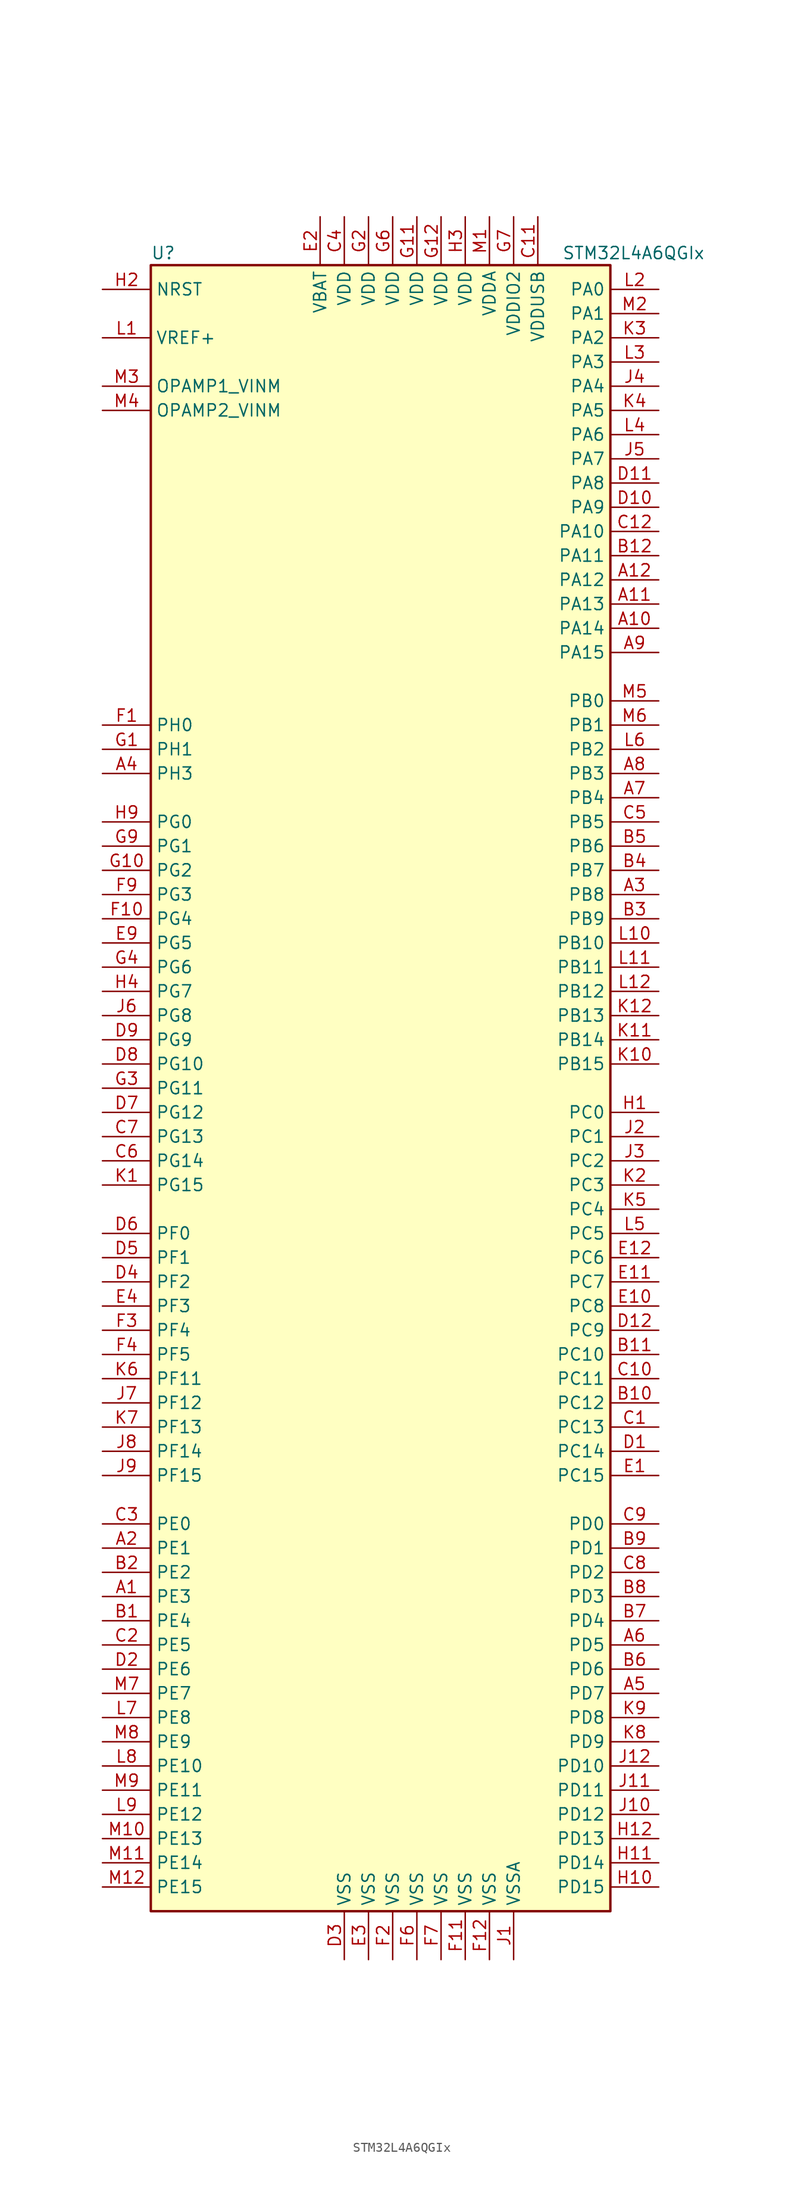
<source format=kicad_sym>
(kicad_symbol_lib
  (version 20211014)
  (generator kicad_symbol_editor)
  (symbol "STM32L4A6QGIx"
    (property "Reference" "U"
      (at -25.4 87.63 0)
      (effects (font (size 1.27 1.27)) (justify left)))
    (property "Value" "STM32L4A6QGIx"
      (at 17.78 87.63 0)
      (effects (font (size 1.27 1.27)) (justify left)))
    (symbol "STM32L4A6QGIx_0_1"
      (rectangle (start -25.4 -86.36) (end 22.86 86.36) (stroke (width 0.254) (type default) (color 0 0 0 0)) (fill (type background))))
    (symbol "STM32L4A6QGIx_1_1"
      (pin bidirectional line (at -30.48 -53.34 0) (length 5.08) (name "PE3" (effects (font (size 1.27 1.27)))) (number "A1" (effects (font (size 1.27 1.27)))))
      (pin bidirectional line (at 27.94 48.26 180) (length 5.08) (name "PA14" (effects (font (size 1.27 1.27)))) (number "A10" (effects (font (size 1.27 1.27)))))
      (pin bidirectional line (at 27.94 50.8 180) (length 5.08) (name "PA13" (effects (font (size 1.27 1.27)))) (number "A11" (effects (font (size 1.27 1.27)))))
      (pin bidirectional line (at 27.94 53.34 180) (length 5.08) (name "PA12" (effects (font (size 1.27 1.27)))) (number "A12" (effects (font (size 1.27 1.27)))))
      (pin bidirectional line (at -30.48 -48.26 0) (length 5.08) (name "PE1" (effects (font (size 1.27 1.27)))) (number "A2" (effects (font (size 1.27 1.27)))))
      (pin bidirectional line (at 27.94 20.32 180) (length 5.08) (name "PB8" (effects (font (size 1.27 1.27)))) (number "A3" (effects (font (size 1.27 1.27)))))
      (pin bidirectional line (at -30.48 33.02 0) (length 5.08) (name "PH3" (effects (font (size 1.27 1.27)))) (number "A4" (effects (font (size 1.27 1.27)))))
      (pin bidirectional line (at 27.94 -63.5 180) (length 5.08) (name "PD7" (effects (font (size 1.27 1.27)))) (number "A5" (effects (font (size 1.27 1.27)))))
      (pin bidirectional line (at 27.94 -58.42 180) (length 5.08) (name "PD5" (effects (font (size 1.27 1.27)))) (number "A6" (effects (font (size 1.27 1.27)))))
      (pin bidirectional line (at 27.94 30.48 180) (length 5.08) (name "PB4" (effects (font (size 1.27 1.27)))) (number "A7" (effects (font (size 1.27 1.27)))))
      (pin bidirectional line (at 27.94 33.02 180) (length 5.08) (name "PB3" (effects (font (size 1.27 1.27)))) (number "A8" (effects (font (size 1.27 1.27)))))
      (pin bidirectional line (at 27.94 45.72 180) (length 5.08) (name "PA15" (effects (font (size 1.27 1.27)))) (number "A9" (effects (font (size 1.27 1.27)))))
      (pin bidirectional line (at -30.48 -55.88 0) (length 5.08) (name "PE4" (effects (font (size 1.27 1.27)))) (number "B1" (effects (font (size 1.27 1.27)))))
      (pin bidirectional line (at 27.94 -33.02 180) (length 5.08) (name "PC12" (effects (font (size 1.27 1.27)))) (number "B10" (effects (font (size 1.27 1.27)))))
      (pin bidirectional line (at 27.94 -27.94 180) (length 5.08) (name "PC10" (effects (font (size 1.27 1.27)))) (number "B11" (effects (font (size 1.27 1.27)))))
      (pin bidirectional line (at 27.94 55.88 180) (length 5.08) (name "PA11" (effects (font (size 1.27 1.27)))) (number "B12" (effects (font (size 1.27 1.27)))))
      (pin bidirectional line (at -30.48 -50.8 0) (length 5.08) (name "PE2" (effects (font (size 1.27 1.27)))) (number "B2" (effects (font (size 1.27 1.27)))))
      (pin bidirectional line (at 27.94 17.78 180) (length 5.08) (name "PB9" (effects (font (size 1.27 1.27)))) (number "B3" (effects (font (size 1.27 1.27)))))
      (pin bidirectional line (at 27.94 22.86 180) (length 5.08) (name "PB7" (effects (font (size 1.27 1.27)))) (number "B4" (effects (font (size 1.27 1.27)))))
      (pin bidirectional line (at 27.94 25.4 180) (length 5.08) (name "PB6" (effects (font (size 1.27 1.27)))) (number "B5" (effects (font (size 1.27 1.27)))))
      (pin bidirectional line (at 27.94 -60.96 180) (length 5.08) (name "PD6" (effects (font (size 1.27 1.27)))) (number "B6" (effects (font (size 1.27 1.27)))))
      (pin bidirectional line (at 27.94 -55.88 180) (length 5.08) (name "PD4" (effects (font (size 1.27 1.27)))) (number "B7" (effects (font (size 1.27 1.27)))))
      (pin bidirectional line (at 27.94 -53.34 180) (length 5.08) (name "PD3" (effects (font (size 1.27 1.27)))) (number "B8" (effects (font (size 1.27 1.27)))))
      (pin bidirectional line (at 27.94 -48.26 180) (length 5.08) (name "PD1" (effects (font (size 1.27 1.27)))) (number "B9" (effects (font (size 1.27 1.27)))))
      (pin bidirectional line (at 27.94 -35.56 180) (length 5.08) (name "PC13" (effects (font (size 1.27 1.27)))) (number "C1" (effects (font (size 1.27 1.27)))))
      (pin bidirectional line (at 27.94 -30.48 180) (length 5.08) (name "PC11" (effects (font (size 1.27 1.27)))) (number "C10" (effects (font (size 1.27 1.27)))))
      (pin power_in line (at 15.24 91.44 270) (length 5.08) (name "VDDUSB" (effects (font (size 1.27 1.27)))) (number "C11" (effects (font (size 1.27 1.27)))))
      (pin bidirectional line (at 27.94 58.42 180) (length 5.08) (name "PA10" (effects (font (size 1.27 1.27)))) (number "C12" (effects (font (size 1.27 1.27)))))
      (pin bidirectional line (at -30.48 -58.42 0) (length 5.08) (name "PE5" (effects (font (size 1.27 1.27)))) (number "C2" (effects (font (size 1.27 1.27)))))
      (pin bidirectional line (at -30.48 -45.72 0) (length 5.08) (name "PE0" (effects (font (size 1.27 1.27)))) (number "C3" (effects (font (size 1.27 1.27)))))
      (pin power_in line (at -5.08 91.44 270) (length 5.08) (name "VDD" (effects (font (size 1.27 1.27)))) (number "C4" (effects (font (size 1.27 1.27)))))
      (pin bidirectional line (at 27.94 27.94 180) (length 5.08) (name "PB5" (effects (font (size 1.27 1.27)))) (number "C5" (effects (font (size 1.27 1.27)))))
      (pin bidirectional line (at -30.48 -7.62 0) (length 5.08) (name "PG14" (effects (font (size 1.27 1.27)))) (number "C6" (effects (font (size 1.27 1.27)))))
      (pin bidirectional line (at -30.48 -5.08 0) (length 5.08) (name "PG13" (effects (font (size 1.27 1.27)))) (number "C7" (effects (font (size 1.27 1.27)))))
      (pin bidirectional line (at 27.94 -50.8 180) (length 5.08) (name "PD2" (effects (font (size 1.27 1.27)))) (number "C8" (effects (font (size 1.27 1.27)))))
      (pin bidirectional line (at 27.94 -45.72 180) (length 5.08) (name "PD0" (effects (font (size 1.27 1.27)))) (number "C9" (effects (font (size 1.27 1.27)))))
      (pin bidirectional line (at 27.94 -38.1 180) (length 5.08) (name "PC14" (effects (font (size 1.27 1.27)))) (number "D1" (effects (font (size 1.27 1.27)))))
      (pin bidirectional line (at 27.94 60.96 180) (length 5.08) (name "PA9" (effects (font (size 1.27 1.27)))) (number "D10" (effects (font (size 1.27 1.27)))))
      (pin bidirectional line (at 27.94 63.5 180) (length 5.08) (name "PA8" (effects (font (size 1.27 1.27)))) (number "D11" (effects (font (size 1.27 1.27)))))
      (pin bidirectional line (at 27.94 -25.4 180) (length 5.08) (name "PC9" (effects (font (size 1.27 1.27)))) (number "D12" (effects (font (size 1.27 1.27)))))
      (pin bidirectional line (at -30.48 -60.96 0) (length 5.08) (name "PE6" (effects (font (size 1.27 1.27)))) (number "D2" (effects (font (size 1.27 1.27)))))
      (pin power_in line (at -5.08 -91.44 90) (length 5.08) (name "VSS" (effects (font (size 1.27 1.27)))) (number "D3" (effects (font (size 1.27 1.27)))))
      (pin bidirectional line (at -30.48 -20.32 0) (length 5.08) (name "PF2" (effects (font (size 1.27 1.27)))) (number "D4" (effects (font (size 1.27 1.27)))))
      (pin bidirectional line (at -30.48 -17.78 0) (length 5.08) (name "PF1" (effects (font (size 1.27 1.27)))) (number "D5" (effects (font (size 1.27 1.27)))))
      (pin bidirectional line (at -30.48 -15.24 0) (length 5.08) (name "PF0" (effects (font (size 1.27 1.27)))) (number "D6" (effects (font (size 1.27 1.27)))))
      (pin bidirectional line (at -30.48 -2.54 0) (length 5.08) (name "PG12" (effects (font (size 1.27 1.27)))) (number "D7" (effects (font (size 1.27 1.27)))))
      (pin bidirectional line (at -30.48 2.54 0) (length 5.08) (name "PG10" (effects (font (size 1.27 1.27)))) (number "D8" (effects (font (size 1.27 1.27)))))
      (pin bidirectional line (at -30.48 5.08 0) (length 5.08) (name "PG9" (effects (font (size 1.27 1.27)))) (number "D9" (effects (font (size 1.27 1.27)))))
      (pin bidirectional line (at 27.94 -40.64 180) (length 5.08) (name "PC15" (effects (font (size 1.27 1.27)))) (number "E1" (effects (font (size 1.27 1.27)))))
      (pin bidirectional line (at 27.94 -22.86 180) (length 5.08) (name "PC8" (effects (font (size 1.27 1.27)))) (number "E10" (effects (font (size 1.27 1.27)))))
      (pin bidirectional line (at 27.94 -20.32 180) (length 5.08) (name "PC7" (effects (font (size 1.27 1.27)))) (number "E11" (effects (font (size 1.27 1.27)))))
      (pin bidirectional line (at 27.94 -17.78 180) (length 5.08) (name "PC6" (effects (font (size 1.27 1.27)))) (number "E12" (effects (font (size 1.27 1.27)))))
      (pin power_in line (at -7.62 91.44 270) (length 5.08) (name "VBAT" (effects (font (size 1.27 1.27)))) (number "E2" (effects (font (size 1.27 1.27)))))
      (pin power_in line (at -2.54 -91.44 90) (length 5.08) (name "VSS" (effects (font (size 1.27 1.27)))) (number "E3" (effects (font (size 1.27 1.27)))))
      (pin bidirectional line (at -30.48 -22.86 0) (length 5.08) (name "PF3" (effects (font (size 1.27 1.27)))) (number "E4" (effects (font (size 1.27 1.27)))))
      (pin bidirectional line (at -30.48 15.24 0) (length 5.08) (name "PG5" (effects (font (size 1.27 1.27)))) (number "E9" (effects (font (size 1.27 1.27)))))
      (pin input line (at -30.48 38.1 0) (length 5.08) (name "PH0" (effects (font (size 1.27 1.27)))) (number "F1" (effects (font (size 1.27 1.27)))))
      (pin bidirectional line (at -30.48 17.78 0) (length 5.08) (name "PG4" (effects (font (size 1.27 1.27)))) (number "F10" (effects (font (size 1.27 1.27)))))
      (pin power_in line (at 7.62 -91.44 90) (length 5.08) (name "VSS" (effects (font (size 1.27 1.27)))) (number "F11" (effects (font (size 1.27 1.27)))))
      (pin power_in line (at 10.16 -91.44 90) (length 5.08) (name "VSS" (effects (font (size 1.27 1.27)))) (number "F12" (effects (font (size 1.27 1.27)))))
      (pin power_in line (at 0 -91.44 90) (length 5.08) (name "VSS" (effects (font (size 1.27 1.27)))) (number "F2" (effects (font (size 1.27 1.27)))))
      (pin bidirectional line (at -30.48 -25.4 0) (length 5.08) (name "PF4" (effects (font (size 1.27 1.27)))) (number "F3" (effects (font (size 1.27 1.27)))))
      (pin bidirectional line (at -30.48 -27.94 0) (length 5.08) (name "PF5" (effects (font (size 1.27 1.27)))) (number "F4" (effects (font (size 1.27 1.27)))))
      (pin power_in line (at 2.54 -91.44 90) (length 5.08) (name "VSS" (effects (font (size 1.27 1.27)))) (number "F6" (effects (font (size 1.27 1.27)))))
      (pin power_in line (at 5.08 -91.44 90) (length 5.08) (name "VSS" (effects (font (size 1.27 1.27)))) (number "F7" (effects (font (size 1.27 1.27)))))
      (pin bidirectional line (at -30.48 20.32 0) (length 5.08) (name "PG3" (effects (font (size 1.27 1.27)))) (number "F9" (effects (font (size 1.27 1.27)))))
      (pin input line (at -30.48 35.56 0) (length 5.08) (name "PH1" (effects (font (size 1.27 1.27)))) (number "G1" (effects (font (size 1.27 1.27)))))
      (pin bidirectional line (at -30.48 22.86 0) (length 5.08) (name "PG2" (effects (font (size 1.27 1.27)))) (number "G10" (effects (font (size 1.27 1.27)))))
      (pin power_in line (at 2.54 91.44 270) (length 5.08) (name "VDD" (effects (font (size 1.27 1.27)))) (number "G11" (effects (font (size 1.27 1.27)))))
      (pin power_in line (at 5.08 91.44 270) (length 5.08) (name "VDD" (effects (font (size 1.27 1.27)))) (number "G12" (effects (font (size 1.27 1.27)))))
      (pin power_in line (at -2.54 91.44 270) (length 5.08) (name "VDD" (effects (font (size 1.27 1.27)))) (number "G2" (effects (font (size 1.27 1.27)))))
      (pin bidirectional line (at -30.48 0 0) (length 5.08) (name "PG11" (effects (font (size 1.27 1.27)))) (number "G3" (effects (font (size 1.27 1.27)))))
      (pin bidirectional line (at -30.48 12.7 0) (length 5.08) (name "PG6" (effects (font (size 1.27 1.27)))) (number "G4" (effects (font (size 1.27 1.27)))))
      (pin power_in line (at 0 91.44 270) (length 5.08) (name "VDD" (effects (font (size 1.27 1.27)))) (number "G6" (effects (font (size 1.27 1.27)))))
      (pin power_in line (at 12.7 91.44 270) (length 5.08) (name "VDDIO2" (effects (font (size 1.27 1.27)))) (number "G7" (effects (font (size 1.27 1.27)))))
      (pin bidirectional line (at -30.48 25.4 0) (length 5.08) (name "PG1" (effects (font (size 1.27 1.27)))) (number "G9" (effects (font (size 1.27 1.27)))))
      (pin bidirectional line (at 27.94 -2.54 180) (length 5.08) (name "PC0" (effects (font (size 1.27 1.27)))) (number "H1" (effects (font (size 1.27 1.27)))))
      (pin bidirectional line (at 27.94 -83.82 180) (length 5.08) (name "PD15" (effects (font (size 1.27 1.27)))) (number "H10" (effects (font (size 1.27 1.27)))))
      (pin bidirectional line (at 27.94 -81.28 180) (length 5.08) (name "PD14" (effects (font (size 1.27 1.27)))) (number "H11" (effects (font (size 1.27 1.27)))))
      (pin bidirectional line (at 27.94 -78.74 180) (length 5.08) (name "PD13" (effects (font (size 1.27 1.27)))) (number "H12" (effects (font (size 1.27 1.27)))))
      (pin input line (at -30.48 83.82 0) (length 5.08) (name "NRST" (effects (font (size 1.27 1.27)))) (number "H2" (effects (font (size 1.27 1.27)))))
      (pin power_in line (at 7.62 91.44 270) (length 5.08) (name "VDD" (effects (font (size 1.27 1.27)))) (number "H3" (effects (font (size 1.27 1.27)))))
      (pin bidirectional line (at -30.48 10.16 0) (length 5.08) (name "PG7" (effects (font (size 1.27 1.27)))) (number "H4" (effects (font (size 1.27 1.27)))))
      (pin bidirectional line (at -30.48 27.94 0) (length 5.08) (name "PG0" (effects (font (size 1.27 1.27)))) (number "H9" (effects (font (size 1.27 1.27)))))
      (pin power_in line (at 12.7 -91.44 90) (length 5.08) (name "VSSA" (effects (font (size 1.27 1.27)))) (number "J1" (effects (font (size 1.27 1.27)))))
      (pin bidirectional line (at 27.94 -76.2 180) (length 5.08) (name "PD12" (effects (font (size 1.27 1.27)))) (number "J10" (effects (font (size 1.27 1.27)))))
      (pin bidirectional line (at 27.94 -73.66 180) (length 5.08) (name "PD11" (effects (font (size 1.27 1.27)))) (number "J11" (effects (font (size 1.27 1.27)))))
      (pin bidirectional line (at 27.94 -71.12 180) (length 5.08) (name "PD10" (effects (font (size 1.27 1.27)))) (number "J12" (effects (font (size 1.27 1.27)))))
      (pin bidirectional line (at 27.94 -5.08 180) (length 5.08) (name "PC1" (effects (font (size 1.27 1.27)))) (number "J2" (effects (font (size 1.27 1.27)))))
      (pin bidirectional line (at 27.94 -7.62 180) (length 5.08) (name "PC2" (effects (font (size 1.27 1.27)))) (number "J3" (effects (font (size 1.27 1.27)))))
      (pin bidirectional line (at 27.94 73.66 180) (length 5.08) (name "PA4" (effects (font (size 1.27 1.27)))) (number "J4" (effects (font (size 1.27 1.27)))))
      (pin bidirectional line (at 27.94 66.04 180) (length 5.08) (name "PA7" (effects (font (size 1.27 1.27)))) (number "J5" (effects (font (size 1.27 1.27)))))
      (pin bidirectional line (at -30.48 7.62 0) (length 5.08) (name "PG8" (effects (font (size 1.27 1.27)))) (number "J6" (effects (font (size 1.27 1.27)))))
      (pin bidirectional line (at -30.48 -33.02 0) (length 5.08) (name "PF12" (effects (font (size 1.27 1.27)))) (number "J7" (effects (font (size 1.27 1.27)))))
      (pin bidirectional line (at -30.48 -38.1 0) (length 5.08) (name "PF14" (effects (font (size 1.27 1.27)))) (number "J8" (effects (font (size 1.27 1.27)))))
      (pin bidirectional line (at -30.48 -40.64 0) (length 5.08) (name "PF15" (effects (font (size 1.27 1.27)))) (number "J9" (effects (font (size 1.27 1.27)))))
      (pin bidirectional line (at -30.48 -10.16 0) (length 5.08) (name "PG15" (effects (font (size 1.27 1.27)))) (number "K1" (effects (font (size 1.27 1.27)))))
      (pin bidirectional line (at 27.94 2.54 180) (length 5.08) (name "PB15" (effects (font (size 1.27 1.27)))) (number "K10" (effects (font (size 1.27 1.27)))))
      (pin bidirectional line (at 27.94 5.08 180) (length 5.08) (name "PB14" (effects (font (size 1.27 1.27)))) (number "K11" (effects (font (size 1.27 1.27)))))
      (pin bidirectional line (at 27.94 7.62 180) (length 5.08) (name "PB13" (effects (font (size 1.27 1.27)))) (number "K12" (effects (font (size 1.27 1.27)))))
      (pin bidirectional line (at 27.94 -10.16 180) (length 5.08) (name "PC3" (effects (font (size 1.27 1.27)))) (number "K2" (effects (font (size 1.27 1.27)))))
      (pin bidirectional line (at 27.94 78.74 180) (length 5.08) (name "PA2" (effects (font (size 1.27 1.27)))) (number "K3" (effects (font (size 1.27 1.27)))))
      (pin bidirectional line (at 27.94 71.12 180) (length 5.08) (name "PA5" (effects (font (size 1.27 1.27)))) (number "K4" (effects (font (size 1.27 1.27)))))
      (pin bidirectional line (at 27.94 -12.7 180) (length 5.08) (name "PC4" (effects (font (size 1.27 1.27)))) (number "K5" (effects (font (size 1.27 1.27)))))
      (pin bidirectional line (at -30.48 -30.48 0) (length 5.08) (name "PF11" (effects (font (size 1.27 1.27)))) (number "K6" (effects (font (size 1.27 1.27)))))
      (pin bidirectional line (at -30.48 -35.56 0) (length 5.08) (name "PF13" (effects (font (size 1.27 1.27)))) (number "K7" (effects (font (size 1.27 1.27)))))
      (pin bidirectional line (at 27.94 -68.58 180) (length 5.08) (name "PD9" (effects (font (size 1.27 1.27)))) (number "K8" (effects (font (size 1.27 1.27)))))
      (pin bidirectional line (at 27.94 -66.04 180) (length 5.08) (name "PD8" (effects (font (size 1.27 1.27)))) (number "K9" (effects (font (size 1.27 1.27)))))
      (pin bidirectional line (at -30.48 78.74 0) (length 5.08) (name "VREF+" (effects (font (size 1.27 1.27)))) (number "L1" (effects (font (size 1.27 1.27)))))
      (pin bidirectional line (at 27.94 15.24 180) (length 5.08) (name "PB10" (effects (font (size 1.27 1.27)))) (number "L10" (effects (font (size 1.27 1.27)))))
      (pin bidirectional line (at 27.94 12.7 180) (length 5.08) (name "PB11" (effects (font (size 1.27 1.27)))) (number "L11" (effects (font (size 1.27 1.27)))))
      (pin bidirectional line (at 27.94 10.16 180) (length 5.08) (name "PB12" (effects (font (size 1.27 1.27)))) (number "L12" (effects (font (size 1.27 1.27)))))
      (pin bidirectional line (at 27.94 83.82 180) (length 5.08) (name "PA0" (effects (font (size 1.27 1.27)))) (number "L2" (effects (font (size 1.27 1.27)))))
      (pin bidirectional line (at 27.94 76.2 180) (length 5.08) (name "PA3" (effects (font (size 1.27 1.27)))) (number "L3" (effects (font (size 1.27 1.27)))))
      (pin bidirectional line (at 27.94 68.58 180) (length 5.08) (name "PA6" (effects (font (size 1.27 1.27)))) (number "L4" (effects (font (size 1.27 1.27)))))
      (pin bidirectional line (at 27.94 -15.24 180) (length 5.08) (name "PC5" (effects (font (size 1.27 1.27)))) (number "L5" (effects (font (size 1.27 1.27)))))
      (pin bidirectional line (at 27.94 35.56 180) (length 5.08) (name "PB2" (effects (font (size 1.27 1.27)))) (number "L6" (effects (font (size 1.27 1.27)))))
      (pin bidirectional line (at -30.48 -66.04 0) (length 5.08) (name "PE8" (effects (font (size 1.27 1.27)))) (number "L7" (effects (font (size 1.27 1.27)))))
      (pin bidirectional line (at -30.48 -71.12 0) (length 5.08) (name "PE10" (effects (font (size 1.27 1.27)))) (number "L8" (effects (font (size 1.27 1.27)))))
      (pin bidirectional line (at -30.48 -76.2 0) (length 5.08) (name "PE12" (effects (font (size 1.27 1.27)))) (number "L9" (effects (font (size 1.27 1.27)))))
      (pin power_in line (at 10.16 91.44 270) (length 5.08) (name "VDDA" (effects (font (size 1.27 1.27)))) (number "M1" (effects (font (size 1.27 1.27)))))
      (pin bidirectional line (at -30.48 -78.74 0) (length 5.08) (name "PE13" (effects (font (size 1.27 1.27)))) (number "M10" (effects (font (size 1.27 1.27)))))
      (pin bidirectional line (at -30.48 -81.28 0) (length 5.08) (name "PE14" (effects (font (size 1.27 1.27)))) (number "M11" (effects (font (size 1.27 1.27)))))
      (pin bidirectional line (at -30.48 -83.82 0) (length 5.08) (name "PE15" (effects (font (size 1.27 1.27)))) (number "M12" (effects (font (size 1.27 1.27)))))
      (pin bidirectional line (at 27.94 81.28 180) (length 5.08) (name "PA1" (effects (font (size 1.27 1.27)))) (number "M2" (effects (font (size 1.27 1.27)))))
      (pin bidirectional line (at -30.48 73.66 0) (length 5.08) (name "OPAMP1_VINM" (effects (font (size 1.27 1.27)))) (number "M3" (effects (font (size 1.27 1.27)))))
      (pin bidirectional line (at -30.48 71.12 0) (length 5.08) (name "OPAMP2_VINM" (effects (font (size 1.27 1.27)))) (number "M4" (effects (font (size 1.27 1.27)))))
      (pin bidirectional line (at 27.94 40.64 180) (length 5.08) (name "PB0" (effects (font (size 1.27 1.27)))) (number "M5" (effects (font (size 1.27 1.27)))))
      (pin bidirectional line (at 27.94 38.1 180) (length 5.08) (name "PB1" (effects (font (size 1.27 1.27)))) (number "M6" (effects (font (size 1.27 1.27)))))
      (pin bidirectional line (at -30.48 -63.5 0) (length 5.08) (name "PE7" (effects (font (size 1.27 1.27)))) (number "M7" (effects (font (size 1.27 1.27)))))
      (pin bidirectional line (at -30.48 -68.58 0) (length 5.08) (name "PE9" (effects (font (size 1.27 1.27)))) (number "M8" (effects (font (size 1.27 1.27)))))
      (pin bidirectional line (at -30.48 -73.66 0) (length 5.08) (name "PE11" (effects (font (size 1.27 1.27)))) (number "M9" (effects (font (size 1.27 1.27))))))))
</source>
